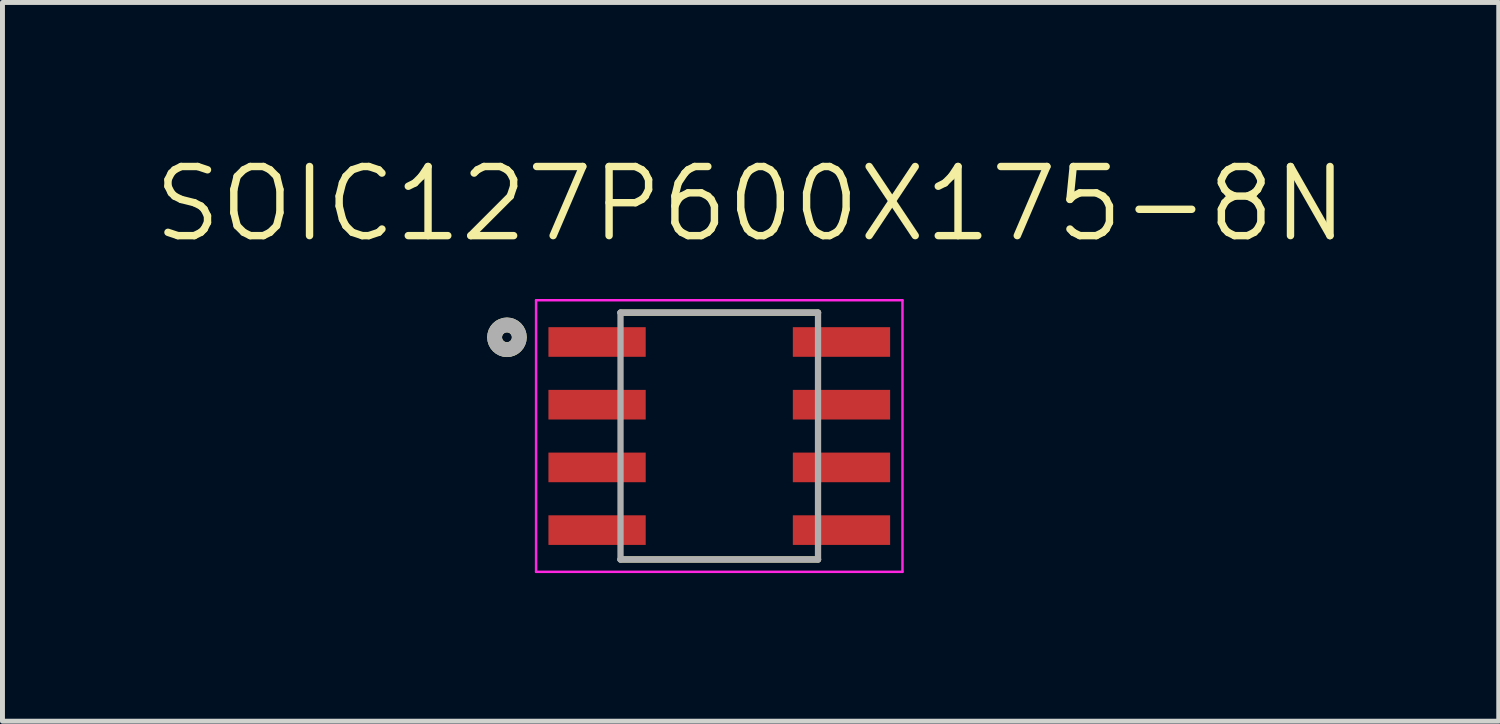
<source format=kicad_pcb>
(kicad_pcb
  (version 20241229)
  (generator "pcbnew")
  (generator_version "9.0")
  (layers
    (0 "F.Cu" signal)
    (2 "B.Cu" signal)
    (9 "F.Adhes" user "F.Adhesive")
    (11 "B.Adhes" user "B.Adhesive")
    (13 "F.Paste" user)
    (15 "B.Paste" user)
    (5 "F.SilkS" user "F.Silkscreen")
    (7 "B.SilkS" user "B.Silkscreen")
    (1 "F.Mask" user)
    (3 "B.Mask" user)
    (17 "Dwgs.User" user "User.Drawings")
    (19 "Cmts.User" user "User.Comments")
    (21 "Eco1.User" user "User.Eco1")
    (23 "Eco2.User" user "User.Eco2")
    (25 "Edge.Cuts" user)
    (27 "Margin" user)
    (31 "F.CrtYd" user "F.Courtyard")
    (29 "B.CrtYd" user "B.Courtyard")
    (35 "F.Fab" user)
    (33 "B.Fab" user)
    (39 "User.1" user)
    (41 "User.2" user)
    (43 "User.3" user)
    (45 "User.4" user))
  (footprint "SOIC127P600X175-8N"
    (layer "F.Cu")
    (at 11.517 5.781)
    (property "Reference" "SOIC127P600X175-8N" (at 0.635 -4.699 0) (layer "F.SilkS") (effects (font (size 1.4 1.4) (thickness 0.15))))
    (attr smd)
    (fp_line (start -2 -2.5) (end 2 -2.5) (stroke (width 0.127) (type solid)) (layer "F.SilkS"))
    (fp_line (start 2 2.5) (end -2 2.5) (stroke (width 0.127) (type solid)) (layer "F.SilkS"))
    (fp_circle (center -4.3 -2) (end -4.2 -2) (stroke (width 0.3) (type solid)) (fill no) (layer "F.SilkS"))
    (fp_line (start -3.71 -2.75) (end 3.71 -2.75) (stroke (width 0.05) (type solid)) (layer "F.CrtYd"))
    (fp_line (start -3.71 2.75) (end -3.71 -2.75) (stroke (width 0.05) (type solid)) (layer "F.CrtYd"))
    (fp_line (start 3.71 -2.75) (end 3.71 2.75) (stroke (width 0.05) (type solid)) (layer "F.CrtYd"))
    (fp_line (start 3.71 2.75) (end -3.71 2.75) (stroke (width 0.05) (type solid)) (layer "F.CrtYd"))
    (fp_line (start -2 -2.5) (end 2 -2.5) (stroke (width 0.127) (type solid)) (layer "F.Fab"))
    (fp_line (start -2 2.5) (end -2 -2.5) (stroke (width 0.127) (type solid)) (layer "F.Fab"))
    (fp_line (start 2 -2.5) (end 2 2.5) (stroke (width 0.127) (type solid)) (layer "F.Fab"))
    (fp_line (start 2 2.5) (end -2 2.5) (stroke (width 0.127) (type solid)) (layer "F.Fab"))
    (fp_circle (center -4.3 -2) (end -4.2 -2) (stroke (width 0.3) (type solid)) (fill no) (layer "F.Fab"))
    (pad "1" smd rect (at 2.475 -1.905) (size 1.97 0.6) (layers "F.Cu" "F.Mask" "F.Paste"))
    (pad "1" smd rect (at 2.475 -0.635) (size 1.97 0.6) (layers "F.Cu" "F.Mask" "F.Paste"))
    (pad "1" smd rect (at 2.475 0.635) (size 1.97 0.6) (layers "F.Cu" "F.Mask" "F.Paste"))
    (pad "1" smd rect (at 2.475 1.905) (size 1.97 0.6) (layers "F.Cu" "F.Mask" "F.Paste"))
    (pad "2" smd rect (at -2.475 1.905) (size 1.97 0.6) (layers "F.Cu" "F.Mask" "F.Paste"))
    (pad "3" smd rect (at -2.475 -1.905) (size 1.97 0.6) (layers "F.Cu" "F.Mask" "F.Paste"))
    (pad "3" smd rect (at -2.475 -0.635) (size 1.97 0.6) (layers "F.Cu" "F.Mask" "F.Paste"))
    (pad "3" smd rect (at -2.475 0.635) (size 1.97 0.6) (layers "F.Cu" "F.Mask" "F.Paste")))
  (gr_rect
    (start -3 -3)
    (end 27.303 11.556)
    (stroke (width 0.1) (type default))
    (fill no)
    (layer "Edge.Cuts")))
</source>
